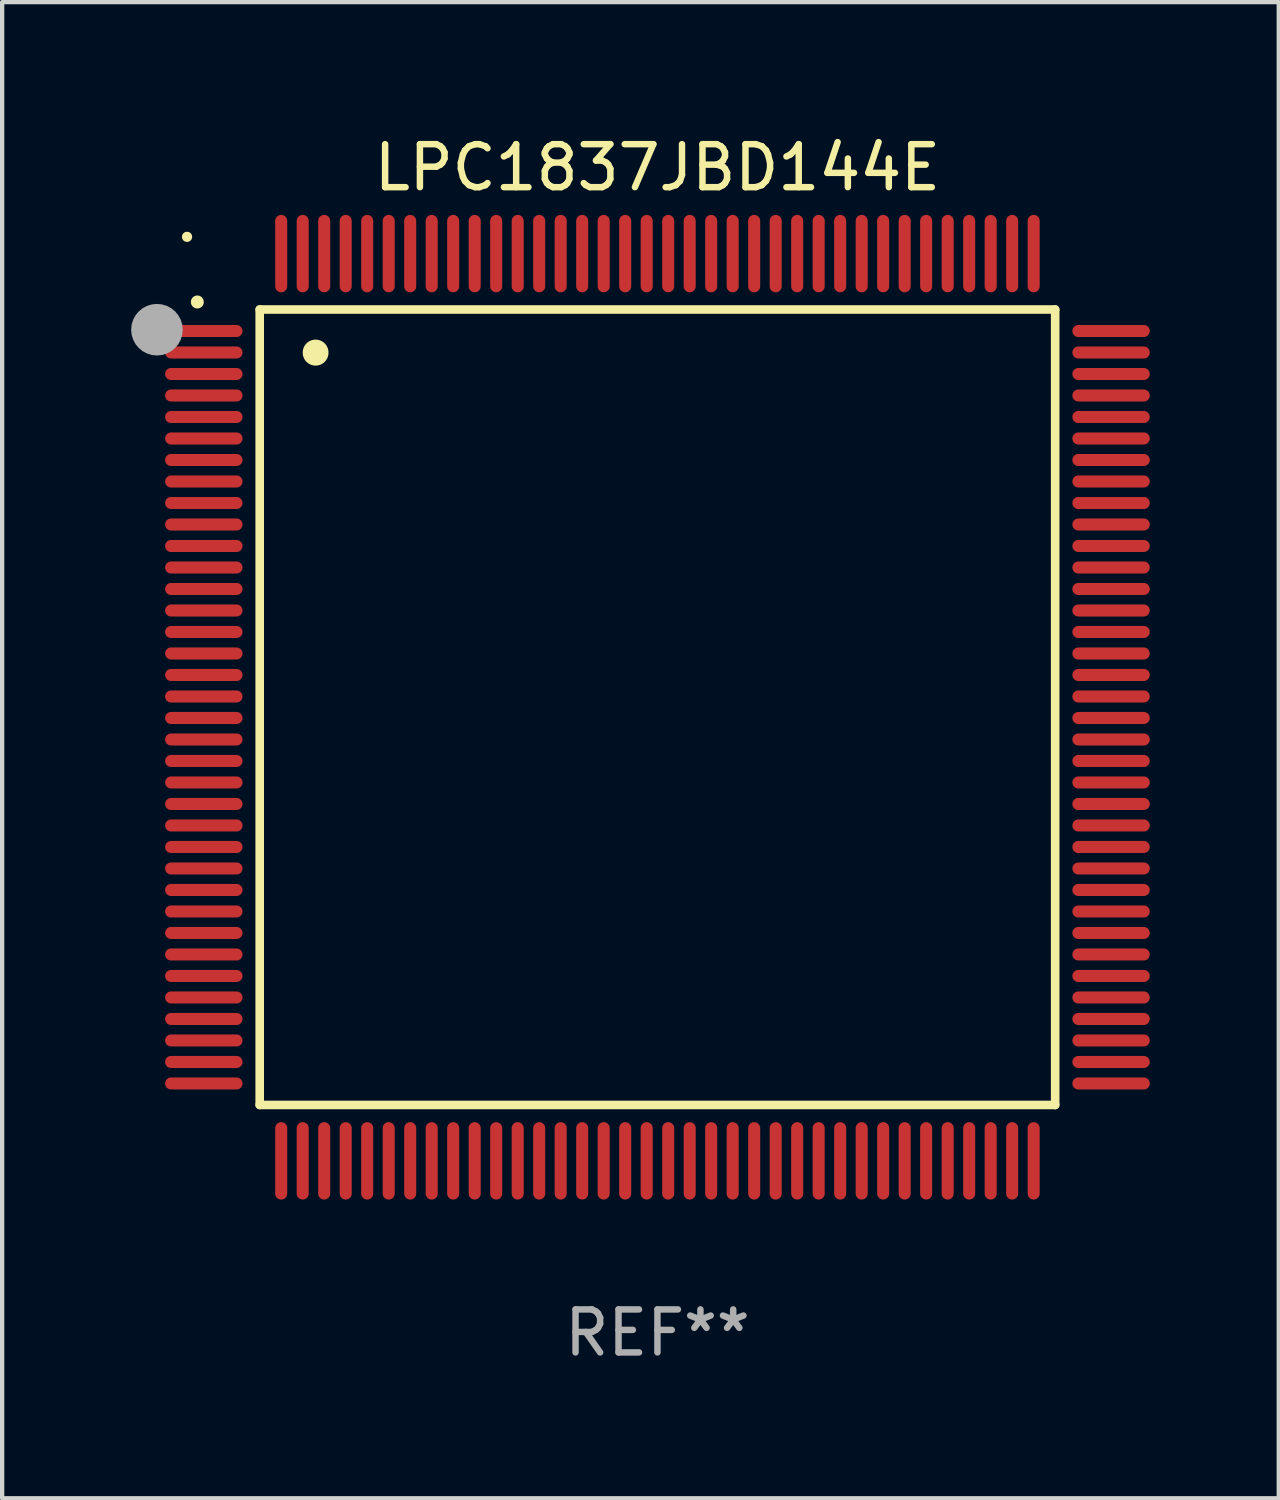
<source format=kicad_pcb>
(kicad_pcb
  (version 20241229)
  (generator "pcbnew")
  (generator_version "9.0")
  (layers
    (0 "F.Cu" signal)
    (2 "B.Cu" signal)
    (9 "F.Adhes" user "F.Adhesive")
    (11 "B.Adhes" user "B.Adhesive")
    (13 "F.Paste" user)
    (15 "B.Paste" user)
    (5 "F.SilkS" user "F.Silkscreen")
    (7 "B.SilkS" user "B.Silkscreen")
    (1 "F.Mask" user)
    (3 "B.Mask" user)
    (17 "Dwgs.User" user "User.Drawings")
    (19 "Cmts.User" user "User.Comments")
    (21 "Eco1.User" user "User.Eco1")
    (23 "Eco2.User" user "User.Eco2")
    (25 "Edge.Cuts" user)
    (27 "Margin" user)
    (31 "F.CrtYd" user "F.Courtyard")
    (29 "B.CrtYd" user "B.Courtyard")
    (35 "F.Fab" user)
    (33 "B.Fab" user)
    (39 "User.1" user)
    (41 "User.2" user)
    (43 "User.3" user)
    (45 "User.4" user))
  (footprint "LPC1837JBD144E"
    (layer "F.Cu")
    (at 12.24 13.398)
    (property "Reference" "LPC1837JBD144E" (at 0 -12.55 0) (layer "F.SilkS") (effects (font (size 1 1) (thickness 0.15))))
    (attr through_hole)
    (fp_line (start -9.25 -9.25) (end 9.25 -9.25) (stroke (width 0.2) (type solid)) (layer "F.SilkS"))
    (fp_line (start -9.25 9.25) (end -9.25 -9.25) (stroke (width 0.2) (type solid)) (layer "F.SilkS"))
    (fp_line (start 9.25 -9.25) (end 9.25 9.25) (stroke (width 0.2) (type solid)) (layer "F.SilkS"))
    (fp_line (start 9.25 9.25) (end -9.25 9.25) (stroke (width 0.2) (type solid)) (layer "F.SilkS"))
    (fp_arc (start -10.701041 -9.423419) (mid -10.701046 -9.424689) (end -10.701041 -9.425959) (stroke (width 0.3) (type solid)) (layer "F.SilkS"))
    (fp_arc (start -7.950216 -8.244856) (mid -7.950227 -8.247396) (end -7.950216 -8.249936) (stroke (width 0.6) (type solid)) (layer "F.SilkS"))
    (fp_circle (center -10.94 -10.94) (end -10.88 -10.94) (stroke (width 0.12) (type solid)) (fill no) (layer "F.SilkS"))
    (fp_circle (center -11.64 -8.78) (end -11.34 -8.78) (stroke (width 0.6) (type solid)) (fill no) (layer "F.Fab"))
    (fp_text user "REF**" (at 0 14.55 0) (layer "F.Fab") (effects (font (size 1 1) (thickness 0.15))))
    (pad "1" smd oval (at -10.55 -8.75 90) (size 0.28 1.8) (layers "F.Cu" "F.Mask" "F.Paste"))
    (pad "2" smd oval (at -10.55 -8.25 90) (size 0.28 1.8) (layers "F.Cu" "F.Mask" "F.Paste"))
    (pad "3" smd oval (at -10.55 -7.75 90) (size 0.28 1.8) (layers "F.Cu" "F.Mask" "F.Paste"))
    (pad "4" smd oval (at -10.55 -7.25 90) (size 0.28 1.8) (layers "F.Cu" "F.Mask" "F.Paste"))
    (pad "5" smd oval (at -10.55 -6.75 90) (size 0.28 1.8) (layers "F.Cu" "F.Mask" "F.Paste"))
    (pad "6" smd oval (at -10.55 -6.25 90) (size 0.28 1.8) (layers "F.Cu" "F.Mask" "F.Paste"))
    (pad "7" smd oval (at -10.55 -5.75 90) (size 0.28 1.8) (layers "F.Cu" "F.Mask" "F.Paste"))
    (pad "8" smd oval (at -10.55 -5.25 90) (size 0.28 1.8) (layers "F.Cu" "F.Mask" "F.Paste"))
    (pad "9" smd oval (at -10.55 -4.75 90) (size 0.28 1.8) (layers "F.Cu" "F.Mask" "F.Paste"))
    (pad "10" smd oval (at -10.55 -4.25 90) (size 0.28 1.8) (layers "F.Cu" "F.Mask" "F.Paste"))
    (pad "11" smd oval (at -10.55 -3.75 90) (size 0.28 1.8) (layers "F.Cu" "F.Mask" "F.Paste"))
    (pad "12" smd oval (at -10.55 -3.25 90) (size 0.28 1.8) (layers "F.Cu" "F.Mask" "F.Paste"))
    (pad "13" smd oval (at -10.55 -2.75 90) (size 0.28 1.8) (layers "F.Cu" "F.Mask" "F.Paste"))
    (pad "14" smd oval (at -10.55 -2.25 90) (size 0.28 1.8) (layers "F.Cu" "F.Mask" "F.Paste"))
    (pad "15" smd oval (at -10.55 -1.75 90) (size 0.28 1.8) (layers "F.Cu" "F.Mask" "F.Paste"))
    (pad "16" smd oval (at -10.55 -1.25 90) (size 0.28 1.8) (layers "F.Cu" "F.Mask" "F.Paste"))
    (pad "17" smd oval (at -10.55 -0.75 90) (size 0.28 1.8) (layers "F.Cu" "F.Mask" "F.Paste"))
    (pad "18" smd oval (at -10.55 -0.25 90) (size 0.28 1.8) (layers "F.Cu" "F.Mask" "F.Paste"))
    (pad "19" smd oval (at -10.55 0.25 90) (size 0.28 1.8) (layers "F.Cu" "F.Mask" "F.Paste"))
    (pad "20" smd oval (at -10.55 0.75 90) (size 0.28 1.8) (layers "F.Cu" "F.Mask" "F.Paste"))
    (pad "21" smd oval (at -10.55 1.25 90) (size 0.28 1.8) (layers "F.Cu" "F.Mask" "F.Paste"))
    (pad "22" smd oval (at -10.55 1.75 90) (size 0.28 1.8) (layers "F.Cu" "F.Mask" "F.Paste"))
    (pad "23" smd oval (at -10.55 2.25 90) (size 0.28 1.8) (layers "F.Cu" "F.Mask" "F.Paste"))
    (pad "24" smd oval (at -10.55 2.75 90) (size 0.28 1.8) (layers "F.Cu" "F.Mask" "F.Paste"))
    (pad "25" smd oval (at -10.55 3.25 90) (size 0.28 1.8) (layers "F.Cu" "F.Mask" "F.Paste"))
    (pad "26" smd oval (at -10.55 3.75 90) (size 0.28 1.8) (layers "F.Cu" "F.Mask" "F.Paste"))
    (pad "27" smd oval (at -10.55 4.25 90) (size 0.28 1.8) (layers "F.Cu" "F.Mask" "F.Paste"))
    (pad "28" smd oval (at -10.55 4.75 90) (size 0.28 1.8) (layers "F.Cu" "F.Mask" "F.Paste"))
    (pad "29" smd oval (at -10.55 5.25 90) (size 0.28 1.8) (layers "F.Cu" "F.Mask" "F.Paste"))
    (pad "30" smd oval (at -10.55 5.75 90) (size 0.28 1.8) (layers "F.Cu" "F.Mask" "F.Paste"))
    (pad "31" smd oval (at -10.55 6.25 90) (size 0.28 1.8) (layers "F.Cu" "F.Mask" "F.Paste"))
    (pad "32" smd oval (at -10.55 6.75 90) (size 0.28 1.8) (layers "F.Cu" "F.Mask" "F.Paste"))
    (pad "33" smd oval (at -10.55 7.25 90) (size 0.28 1.8) (layers "F.Cu" "F.Mask" "F.Paste"))
    (pad "34" smd oval (at -10.55 7.75 90) (size 0.28 1.8) (layers "F.Cu" "F.Mask" "F.Paste"))
    (pad "35" smd oval (at -10.55 8.25 90) (size 0.28 1.8) (layers "F.Cu" "F.Mask" "F.Paste"))
    (pad "36" smd oval (at -10.55 8.75 90) (size 0.28 1.8) (layers "F.Cu" "F.Mask" "F.Paste"))
    (pad "37" smd oval (at -8.75 10.55) (size 0.28 1.8) (layers "F.Cu" "F.Mask" "F.Paste"))
    (pad "38" smd oval (at -8.25 10.55) (size 0.28 1.8) (layers "F.Cu" "F.Mask" "F.Paste"))
    (pad "39" smd oval (at -7.75 10.55) (size 0.28 1.8) (layers "F.Cu" "F.Mask" "F.Paste"))
    (pad "40" smd oval (at -7.25 10.55) (size 0.28 1.8) (layers "F.Cu" "F.Mask" "F.Paste"))
    (pad "41" smd oval (at -6.75 10.55) (size 0.28 1.8) (layers "F.Cu" "F.Mask" "F.Paste"))
    (pad "42" smd oval (at -6.25 10.55) (size 0.28 1.8) (layers "F.Cu" "F.Mask" "F.Paste"))
    (pad "43" smd oval (at -5.75 10.55) (size 0.28 1.8) (layers "F.Cu" "F.Mask" "F.Paste"))
    (pad "44" smd oval (at -5.25 10.55) (size 0.28 1.8) (layers "F.Cu" "F.Mask" "F.Paste"))
    (pad "45" smd oval (at -4.75 10.55) (size 0.28 1.8) (layers "F.Cu" "F.Mask" "F.Paste"))
    (pad "46" smd oval (at -4.25 10.55) (size 0.28 1.8) (layers "F.Cu" "F.Mask" "F.Paste"))
    (pad "47" smd oval (at -3.75 10.55) (size 0.28 1.8) (layers "F.Cu" "F.Mask" "F.Paste"))
    (pad "48" smd oval (at -3.25 10.55) (size 0.28 1.8) (layers "F.Cu" "F.Mask" "F.Paste"))
    (pad "49" smd oval (at -2.75 10.55) (size 0.28 1.8) (layers "F.Cu" "F.Mask" "F.Paste"))
    (pad "50" smd oval (at -2.25 10.55) (size 0.28 1.8) (layers "F.Cu" "F.Mask" "F.Paste"))
    (pad "51" smd oval (at -1.75 10.55) (size 0.28 1.8) (layers "F.Cu" "F.Mask" "F.Paste"))
    (pad "52" smd oval (at -1.25 10.55) (size 0.28 1.8) (layers "F.Cu" "F.Mask" "F.Paste"))
    (pad "53" smd oval (at -0.75 10.55) (size 0.28 1.8) (layers "F.Cu" "F.Mask" "F.Paste"))
    (pad "54" smd oval (at -0.25 10.55) (size 0.28 1.8) (layers "F.Cu" "F.Mask" "F.Paste"))
    (pad "55" smd oval (at 0.25 10.55) (size 0.28 1.8) (layers "F.Cu" "F.Mask" "F.Paste"))
    (pad "56" smd oval (at 0.75 10.55) (size 0.28 1.8) (layers "F.Cu" "F.Mask" "F.Paste"))
    (pad "57" smd oval (at 1.25 10.55) (size 0.28 1.8) (layers "F.Cu" "F.Mask" "F.Paste"))
    (pad "58" smd oval (at 1.75 10.55) (size 0.28 1.8) (layers "F.Cu" "F.Mask" "F.Paste"))
    (pad "59" smd oval (at 2.25 10.55) (size 0.28 1.8) (layers "F.Cu" "F.Mask" "F.Paste"))
    (pad "60" smd oval (at 2.75 10.55) (size 0.28 1.8) (layers "F.Cu" "F.Mask" "F.Paste"))
    (pad "61" smd oval (at 3.25 10.55) (size 0.28 1.8) (layers "F.Cu" "F.Mask" "F.Paste"))
    (pad "62" smd oval (at 3.75 10.55) (size 0.28 1.8) (layers "F.Cu" "F.Mask" "F.Paste"))
    (pad "63" smd oval (at 4.25 10.55) (size 0.28 1.8) (layers "F.Cu" "F.Mask" "F.Paste"))
    (pad "64" smd oval (at 4.75 10.55) (size 0.28 1.8) (layers "F.Cu" "F.Mask" "F.Paste"))
    (pad "65" smd oval (at 5.25 10.55) (size 0.28 1.8) (layers "F.Cu" "F.Mask" "F.Paste"))
    (pad "66" smd oval (at 5.75 10.55) (size 0.28 1.8) (layers "F.Cu" "F.Mask" "F.Paste"))
    (pad "67" smd oval (at 6.25 10.55) (size 0.28 1.8) (layers "F.Cu" "F.Mask" "F.Paste"))
    (pad "68" smd oval (at 6.75 10.55) (size 0.28 1.8) (layers "F.Cu" "F.Mask" "F.Paste"))
    (pad "69" smd oval (at 7.25 10.55) (size 0.28 1.8) (layers "F.Cu" "F.Mask" "F.Paste"))
    (pad "70" smd oval (at 7.75 10.55) (size 0.28 1.8) (layers "F.Cu" "F.Mask" "F.Paste"))
    (pad "71" smd oval (at 8.25 10.55) (size 0.28 1.8) (layers "F.Cu" "F.Mask" "F.Paste"))
    (pad "72" smd oval (at 8.75 10.55) (size 0.28 1.8) (layers "F.Cu" "F.Mask" "F.Paste"))
    (pad "73" smd oval (at 10.55 8.75 90) (size 0.28 1.8) (layers "F.Cu" "F.Mask" "F.Paste"))
    (pad "74" smd oval (at 10.55 8.25 90) (size 0.28 1.8) (layers "F.Cu" "F.Mask" "F.Paste"))
    (pad "75" smd oval (at 10.55 7.75 90) (size 0.28 1.8) (layers "F.Cu" "F.Mask" "F.Paste"))
    (pad "76" smd oval (at 10.55 7.25 90) (size 0.28 1.8) (layers "F.Cu" "F.Mask" "F.Paste"))
    (pad "77" smd oval (at 10.55 6.75 90) (size 0.28 1.8) (layers "F.Cu" "F.Mask" "F.Paste"))
    (pad "78" smd oval (at 10.55 6.25 90) (size 0.28 1.8) (layers "F.Cu" "F.Mask" "F.Paste"))
    (pad "79" smd oval (at 10.55 5.75 90) (size 0.28 1.8) (layers "F.Cu" "F.Mask" "F.Paste"))
    (pad "80" smd oval (at 10.55 5.25 90) (size 0.28 1.8) (layers "F.Cu" "F.Mask" "F.Paste"))
    (pad "81" smd oval (at 10.55 4.75 90) (size 0.28 1.8) (layers "F.Cu" "F.Mask" "F.Paste"))
    (pad "82" smd oval (at 10.55 4.25 90) (size 0.28 1.8) (layers "F.Cu" "F.Mask" "F.Paste"))
    (pad "83" smd oval (at 10.55 3.75 90) (size 0.28 1.8) (layers "F.Cu" "F.Mask" "F.Paste"))
    (pad "84" smd oval (at 10.55 3.25 90) (size 0.28 1.8) (layers "F.Cu" "F.Mask" "F.Paste"))
    (pad "85" smd oval (at 10.55 2.75 90) (size 0.28 1.8) (layers "F.Cu" "F.Mask" "F.Paste"))
    (pad "86" smd oval (at 10.55 2.25 90) (size 0.28 1.8) (layers "F.Cu" "F.Mask" "F.Paste"))
    (pad "87" smd oval (at 10.55 1.75 90) (size 0.28 1.8) (layers "F.Cu" "F.Mask" "F.Paste"))
    (pad "88" smd oval (at 10.55 1.25 90) (size 0.28 1.8) (layers "F.Cu" "F.Mask" "F.Paste"))
    (pad "89" smd oval (at 10.55 0.75 90) (size 0.28 1.8) (layers "F.Cu" "F.Mask" "F.Paste"))
    (pad "90" smd oval (at 10.55 0.25 90) (size 0.28 1.8) (layers "F.Cu" "F.Mask" "F.Paste"))
    (pad "91" smd oval (at 10.55 -0.25 90) (size 0.28 1.8) (layers "F.Cu" "F.Mask" "F.Paste"))
    (pad "92" smd oval (at 10.55 -0.75 90) (size 0.28 1.8) (layers "F.Cu" "F.Mask" "F.Paste"))
    (pad "93" smd oval (at 10.55 -1.25 90) (size 0.28 1.8) (layers "F.Cu" "F.Mask" "F.Paste"))
    (pad "94" smd oval (at 10.55 -1.75 90) (size 0.28 1.8) (layers "F.Cu" "F.Mask" "F.Paste"))
    (pad "95" smd oval (at 10.55 -2.25 90) (size 0.28 1.8) (layers "F.Cu" "F.Mask" "F.Paste"))
    (pad "96" smd oval (at 10.55 -2.75 90) (size 0.28 1.8) (layers "F.Cu" "F.Mask" "F.Paste"))
    (pad "97" smd oval (at 10.55 -3.25 90) (size 0.28 1.8) (layers "F.Cu" "F.Mask" "F.Paste"))
    (pad "98" smd oval (at 10.55 -3.75 90) (size 0.28 1.8) (layers "F.Cu" "F.Mask" "F.Paste"))
    (pad "99" smd oval (at 10.55 -4.25 90) (size 0.28 1.8) (layers "F.Cu" "F.Mask" "F.Paste"))
    (pad "100" smd oval (at 10.55 -4.75 90) (size 0.28 1.8) (layers "F.Cu" "F.Mask" "F.Paste"))
    (pad "101" smd oval (at 10.55 -5.25 90) (size 0.28 1.8) (layers "F.Cu" "F.Mask" "F.Paste"))
    (pad "102" smd oval (at 10.55 -5.75 90) (size 0.28 1.8) (layers "F.Cu" "F.Mask" "F.Paste"))
    (pad "103" smd oval (at 10.55 -6.25 90) (size 0.28 1.8) (layers "F.Cu" "F.Mask" "F.Paste"))
    (pad "104" smd oval (at 10.55 -6.75 90) (size 0.28 1.8) (layers "F.Cu" "F.Mask" "F.Paste"))
    (pad "105" smd oval (at 10.55 -7.25 90) (size 0.28 1.8) (layers "F.Cu" "F.Mask" "F.Paste"))
    (pad "106" smd oval (at 10.55 -7.75 90) (size 0.28 1.8) (layers "F.Cu" "F.Mask" "F.Paste"))
    (pad "107" smd oval (at 10.55 -8.25 90) (size 0.28 1.8) (layers "F.Cu" "F.Mask" "F.Paste"))
    (pad "108" smd oval (at 10.55 -8.75 90) (size 0.28 1.8) (layers "F.Cu" "F.Mask" "F.Paste"))
    (pad "109" smd oval (at 8.75 -10.55) (size 0.28 1.8) (layers "F.Cu" "F.Mask" "F.Paste"))
    (pad "110" smd oval (at 8.25 -10.55) (size 0.28 1.8) (layers "F.Cu" "F.Mask" "F.Paste"))
    (pad "111" smd oval (at 7.75 -10.55) (size 0.28 1.8) (layers "F.Cu" "F.Mask" "F.Paste"))
    (pad "112" smd oval (at 7.25 -10.55) (size 0.28 1.8) (layers "F.Cu" "F.Mask" "F.Paste"))
    (pad "113" smd oval (at 6.75 -10.55) (size 0.28 1.8) (layers "F.Cu" "F.Mask" "F.Paste"))
    (pad "114" smd oval (at 6.25 -10.55) (size 0.28 1.8) (layers "F.Cu" "F.Mask" "F.Paste"))
    (pad "115" smd oval (at 5.75 -10.55) (size 0.28 1.8) (layers "F.Cu" "F.Mask" "F.Paste"))
    (pad "116" smd oval (at 5.25 -10.55) (size 0.28 1.8) (layers "F.Cu" "F.Mask" "F.Paste"))
    (pad "117" smd oval (at 4.75 -10.55) (size 0.28 1.8) (layers "F.Cu" "F.Mask" "F.Paste"))
    (pad "118" smd oval (at 4.25 -10.55) (size 0.28 1.8) (layers "F.Cu" "F.Mask" "F.Paste"))
    (pad "119" smd oval (at 3.75 -10.55) (size 0.28 1.8) (layers "F.Cu" "F.Mask" "F.Paste"))
    (pad "120" smd oval (at 3.25 -10.55) (size 0.28 1.8) (layers "F.Cu" "F.Mask" "F.Paste"))
    (pad "121" smd oval (at 2.75 -10.55) (size 0.28 1.8) (layers "F.Cu" "F.Mask" "F.Paste"))
    (pad "122" smd oval (at 2.25 -10.55) (size 0.28 1.8) (layers "F.Cu" "F.Mask" "F.Paste"))
    (pad "123" smd oval (at 1.75 -10.55) (size 0.28 1.8) (layers "F.Cu" "F.Mask" "F.Paste"))
    (pad "124" smd oval (at 1.25 -10.55) (size 0.28 1.8) (layers "F.Cu" "F.Mask" "F.Paste"))
    (pad "125" smd oval (at 0.75 -10.55) (size 0.28 1.8) (layers "F.Cu" "F.Mask" "F.Paste"))
    (pad "126" smd oval (at 0.25 -10.55) (size 0.28 1.8) (layers "F.Cu" "F.Mask" "F.Paste"))
    (pad "127" smd oval (at -0.25 -10.55) (size 0.28 1.8) (layers "F.Cu" "F.Mask" "F.Paste"))
    (pad "128" smd oval (at -0.75 -10.55) (size 0.28 1.8) (layers "F.Cu" "F.Mask" "F.Paste"))
    (pad "129" smd oval (at -1.25 -10.55) (size 0.28 1.8) (layers "F.Cu" "F.Mask" "F.Paste"))
    (pad "130" smd oval (at -1.75 -10.55) (size 0.28 1.8) (layers "F.Cu" "F.Mask" "F.Paste"))
    (pad "131" smd oval (at -2.25 -10.55) (size 0.28 1.8) (layers "F.Cu" "F.Mask" "F.Paste"))
    (pad "132" smd oval (at -2.75 -10.55) (size 0.28 1.8) (layers "F.Cu" "F.Mask" "F.Paste"))
    (pad "133" smd oval (at -3.25 -10.55) (size 0.28 1.8) (layers "F.Cu" "F.Mask" "F.Paste"))
    (pad "134" smd oval (at -3.75 -10.55) (size 0.28 1.8) (layers "F.Cu" "F.Mask" "F.Paste"))
    (pad "135" smd oval (at -4.25 -10.55) (size 0.28 1.8) (layers "F.Cu" "F.Mask" "F.Paste"))
    (pad "136" smd oval (at -4.75 -10.55) (size 0.28 1.8) (layers "F.Cu" "F.Mask" "F.Paste"))
    (pad "137" smd oval (at -5.25 -10.55) (size 0.28 1.8) (layers "F.Cu" "F.Mask" "F.Paste"))
    (pad "138" smd oval (at -5.75 -10.55) (size 0.28 1.8) (layers "F.Cu" "F.Mask" "F.Paste"))
    (pad "139" smd oval (at -6.25 -10.55) (size 0.28 1.8) (layers "F.Cu" "F.Mask" "F.Paste"))
    (pad "140" smd oval (at -6.75 -10.55) (size 0.28 1.8) (layers "F.Cu" "F.Mask" "F.Paste"))
    (pad "141" smd oval (at -7.25 -10.55) (size 0.28 1.8) (layers "F.Cu" "F.Mask" "F.Paste"))
    (pad "142" smd oval (at -7.75 -10.55) (size 0.28 1.8) (layers "F.Cu" "F.Mask" "F.Paste"))
    (pad "143" smd oval (at -8.25 -10.55) (size 0.28 1.8) (layers "F.Cu" "F.Mask" "F.Paste"))
    (pad "144" smd oval (at -8.75 -10.55) (size 0.28 1.8) (layers "F.Cu" "F.Mask" "F.Paste")))
  (gr_rect
    (start -3 -3)
    (end 26.69 31.796)
    (stroke (width 0.1) (type default))
    (fill no)
    (layer "Edge.Cuts")))
</source>
